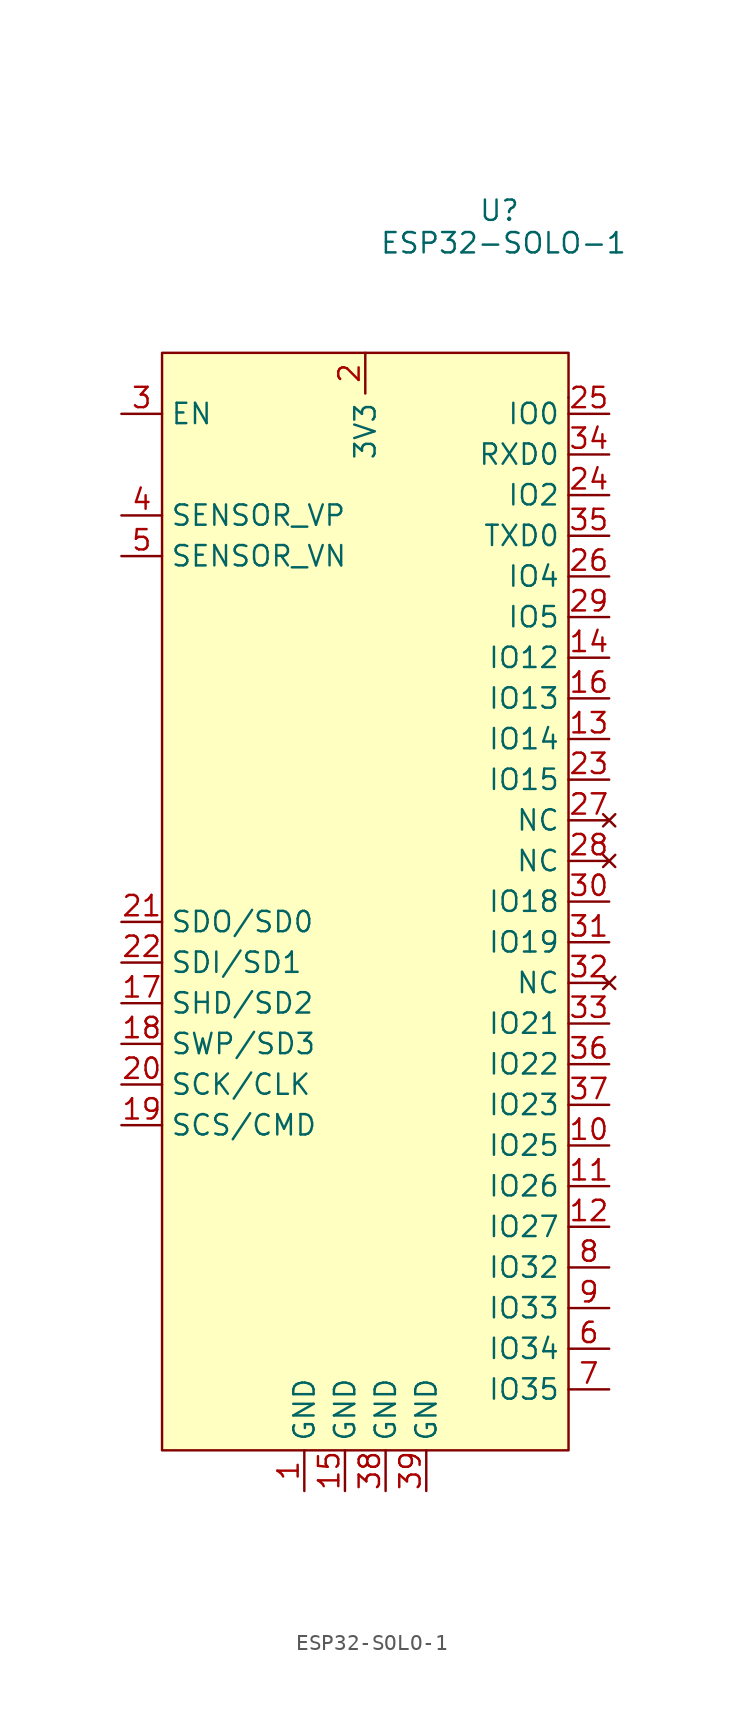
<source format=kicad_sym>
(kicad_symbol_lib
  (version 20241209)
  (generator "kicad_symbol_editor")
  (generator_version "9.0")
  (symbol "ESP32-SOLO-1"
    (property "Reference" "U"
      (at 8.382 0 0)
      (effects (font (size 1.27 1.27))))
    (property "Value" "ESP32-SOLO-1"
      (at 8.636 -2.032 0)
      (effects (font (size 1.27 1.27))))
    (symbol "ESP32-SOLO-1_0_1"
      (rectangle (start 12.7 -11.684) (end 12.7 -11.684) (stroke (width 0) (type default)) (fill (type none))))
    (symbol "ESP32-SOLO-1_1_1"
      (rectangle (start -12.7 -8.89) (end 12.7 -77.47) (stroke (width 0) (type solid)) (fill (type background)))
      (pin input line (at -15.24 -12.7 0) (length 2.54) (name "EN" (effects (font (size 1.27 1.27)))) (number "3" (effects (font (size 1.27 1.27)))))
      (pin bidirectional line (at -15.24 -19.05 0) (length 2.54) (name "SENSOR_VP" (effects (font (size 1.27 1.27)))) (number "4" (effects (font (size 1.27 1.27)))))
      (pin bidirectional line (at -15.24 -21.59 0) (length 2.54) (name "SENSOR_VN" (effects (font (size 1.27 1.27)))) (number "5" (effects (font (size 1.27 1.27)))))
      (pin bidirectional line (at -15.24 -44.45 0) (length 2.54) (name "SDO/SD0" (effects (font (size 1.27 1.27)))) (number "21" (effects (font (size 1.27 1.27)))))
      (pin bidirectional line (at -15.24 -46.99 0) (length 2.54) (name "SDI/SD1" (effects (font (size 1.27 1.27)))) (number "22" (effects (font (size 1.27 1.27)))))
      (pin bidirectional line (at -15.24 -49.53 0) (length 2.54) (name "SHD/SD2" (effects (font (size 1.27 1.27)))) (number "17" (effects (font (size 1.27 1.27)))))
      (pin bidirectional line (at -15.24 -52.07 0) (length 2.54) (name "SWP/SD3" (effects (font (size 1.27 1.27)))) (number "18" (effects (font (size 1.27 1.27)))))
      (pin bidirectional line (at -15.24 -54.61 0) (length 2.54) (name "SCK/CLK" (effects (font (size 1.27 1.27)))) (number "20" (effects (font (size 1.27 1.27)))))
      (pin bidirectional line (at -15.24 -57.15 0) (length 2.54) (name "SCS/CMD" (effects (font (size 1.27 1.27)))) (number "19" (effects (font (size 1.27 1.27)))))
      (pin power_in line (at -3.81 -80.01 90) (length 2.54) (name "GND" (effects (font (size 1.27 1.27)))) (number "1" (effects (font (size 1.27 1.27)))))
      (pin power_in line (at -1.27 -80.01 90) (length 2.54) (name "GND" (effects (font (size 1.27 1.27)))) (number "15" (effects (font (size 1.27 1.27)))))
      (pin power_in line (at 0 -8.89 270) (length 2.54) (name "3V3" (effects (font (size 1.27 1.27)))) (number "2" (effects (font (size 1.27 1.27)))))
      (pin power_in line (at 1.27 -80.01 90) (length 2.54) (name "GND" (effects (font (size 1.27 1.27)))) (number "38" (effects (font (size 1.27 1.27)))))
      (pin power_in line (at 3.81 -80.01 90) (length 2.54) (name "GND" (effects (font (size 1.27 1.27)))) (number "39" (effects (font (size 1.27 1.27)))))
      (pin bidirectional line (at 15.24 -12.7 180) (length 2.54) (name "IO0" (effects (font (size 1.27 1.27)))) (number "25" (effects (font (size 1.27 1.27)))))
      (pin bidirectional line (at 15.24 -15.24 180) (length 2.54) (name "RXD0" (effects (font (size 1.27 1.27)))) (number "34" (effects (font (size 1.27 1.27)))))
      (pin bidirectional line (at 15.24 -17.78 180) (length 2.54) (name "IO2" (effects (font (size 1.27 1.27)))) (number "24" (effects (font (size 1.27 1.27)))))
      (pin bidirectional line (at 15.24 -20.32 180) (length 2.54) (name "TXD0" (effects (font (size 1.27 1.27)))) (number "35" (effects (font (size 1.27 1.27)))))
      (pin bidirectional line (at 15.24 -22.86 180) (length 2.54) (name "IO4" (effects (font (size 1.27 1.27)))) (number "26" (effects (font (size 1.27 1.27)))))
      (pin bidirectional line (at 15.24 -25.4 180) (length 2.54) (name "IO5" (effects (font (size 1.27 1.27)))) (number "29" (effects (font (size 1.27 1.27)))))
      (pin bidirectional line (at 15.24 -27.94 180) (length 2.54) (name "IO12" (effects (font (size 1.27 1.27)))) (number "14" (effects (font (size 1.27 1.27)))))
      (pin bidirectional line (at 15.24 -30.48 180) (length 2.54) (name "IO13" (effects (font (size 1.27 1.27)))) (number "16" (effects (font (size 1.27 1.27)))))
      (pin bidirectional line (at 15.24 -33.02 180) (length 2.54) (name "IO14" (effects (font (size 1.27 1.27)))) (number "13" (effects (font (size 1.27 1.27)))))
      (pin bidirectional line (at 15.24 -35.56 180) (length 2.54) (name "IO15" (effects (font (size 1.27 1.27)))) (number "23" (effects (font (size 1.27 1.27)))))
      (pin no_connect line (at 15.24 -38.1 180) (length 2.54) (name "NC" (effects (font (size 1.27 1.27)))) (number "27" (effects (font (size 1.27 1.27)))))
      (pin no_connect line (at 15.24 -40.64 180) (length 2.54) (name "NC" (effects (font (size 1.27 1.27)))) (number "28" (effects (font (size 1.27 1.27)))))
      (pin bidirectional line (at 15.24 -43.18 180) (length 2.54) (name "IO18" (effects (font (size 1.27 1.27)))) (number "30" (effects (font (size 1.27 1.27)))))
      (pin bidirectional line (at 15.24 -45.72 180) (length 2.54) (name "IO19" (effects (font (size 1.27 1.27)))) (number "31" (effects (font (size 1.27 1.27)))))
      (pin no_connect line (at 15.24 -48.26 180) (length 2.54) (name "NC" (effects (font (size 1.27 1.27)))) (number "32" (effects (font (size 1.27 1.27)))))
      (pin bidirectional line (at 15.24 -50.8 180) (length 2.54) (name "IO21" (effects (font (size 1.27 1.27)))) (number "33" (effects (font (size 1.27 1.27)))))
      (pin bidirectional line (at 15.24 -53.34 180) (length 2.54) (name "IO22" (effects (font (size 1.27 1.27)))) (number "36" (effects (font (size 1.27 1.27)))))
      (pin bidirectional line (at 15.24 -55.88 180) (length 2.54) (name "IO23" (effects (font (size 1.27 1.27)))) (number "37" (effects (font (size 1.27 1.27)))))
      (pin bidirectional line (at 15.24 -58.42 180) (length 2.54) (name "IO25" (effects (font (size 1.27 1.27)))) (number "10" (effects (font (size 1.27 1.27)))))
      (pin bidirectional line (at 15.24 -60.96 180) (length 2.54) (name "IO26" (effects (font (size 1.27 1.27)))) (number "11" (effects (font (size 1.27 1.27)))))
      (pin bidirectional line (at 15.24 -63.5 180) (length 2.54) (name "IO27" (effects (font (size 1.27 1.27)))) (number "12" (effects (font (size 1.27 1.27)))))
      (pin bidirectional line (at 15.24 -66.04 180) (length 2.54) (name "IO32" (effects (font (size 1.27 1.27)))) (number "8" (effects (font (size 1.27 1.27)))))
      (pin bidirectional line (at 15.24 -68.58 180) (length 2.54) (name "IO33" (effects (font (size 1.27 1.27)))) (number "9" (effects (font (size 1.27 1.27)))))
      (pin bidirectional line (at 15.24 -71.12 180) (length 2.54) (name "IO34" (effects (font (size 1.27 1.27)))) (number "6" (effects (font (size 1.27 1.27)))))
      (pin bidirectional line (at 15.24 -73.66 180) (length 2.54) (name "IO35" (effects (font (size 1.27 1.27)))) (number "7" (effects (font (size 1.27 1.27))))))))
</source>
